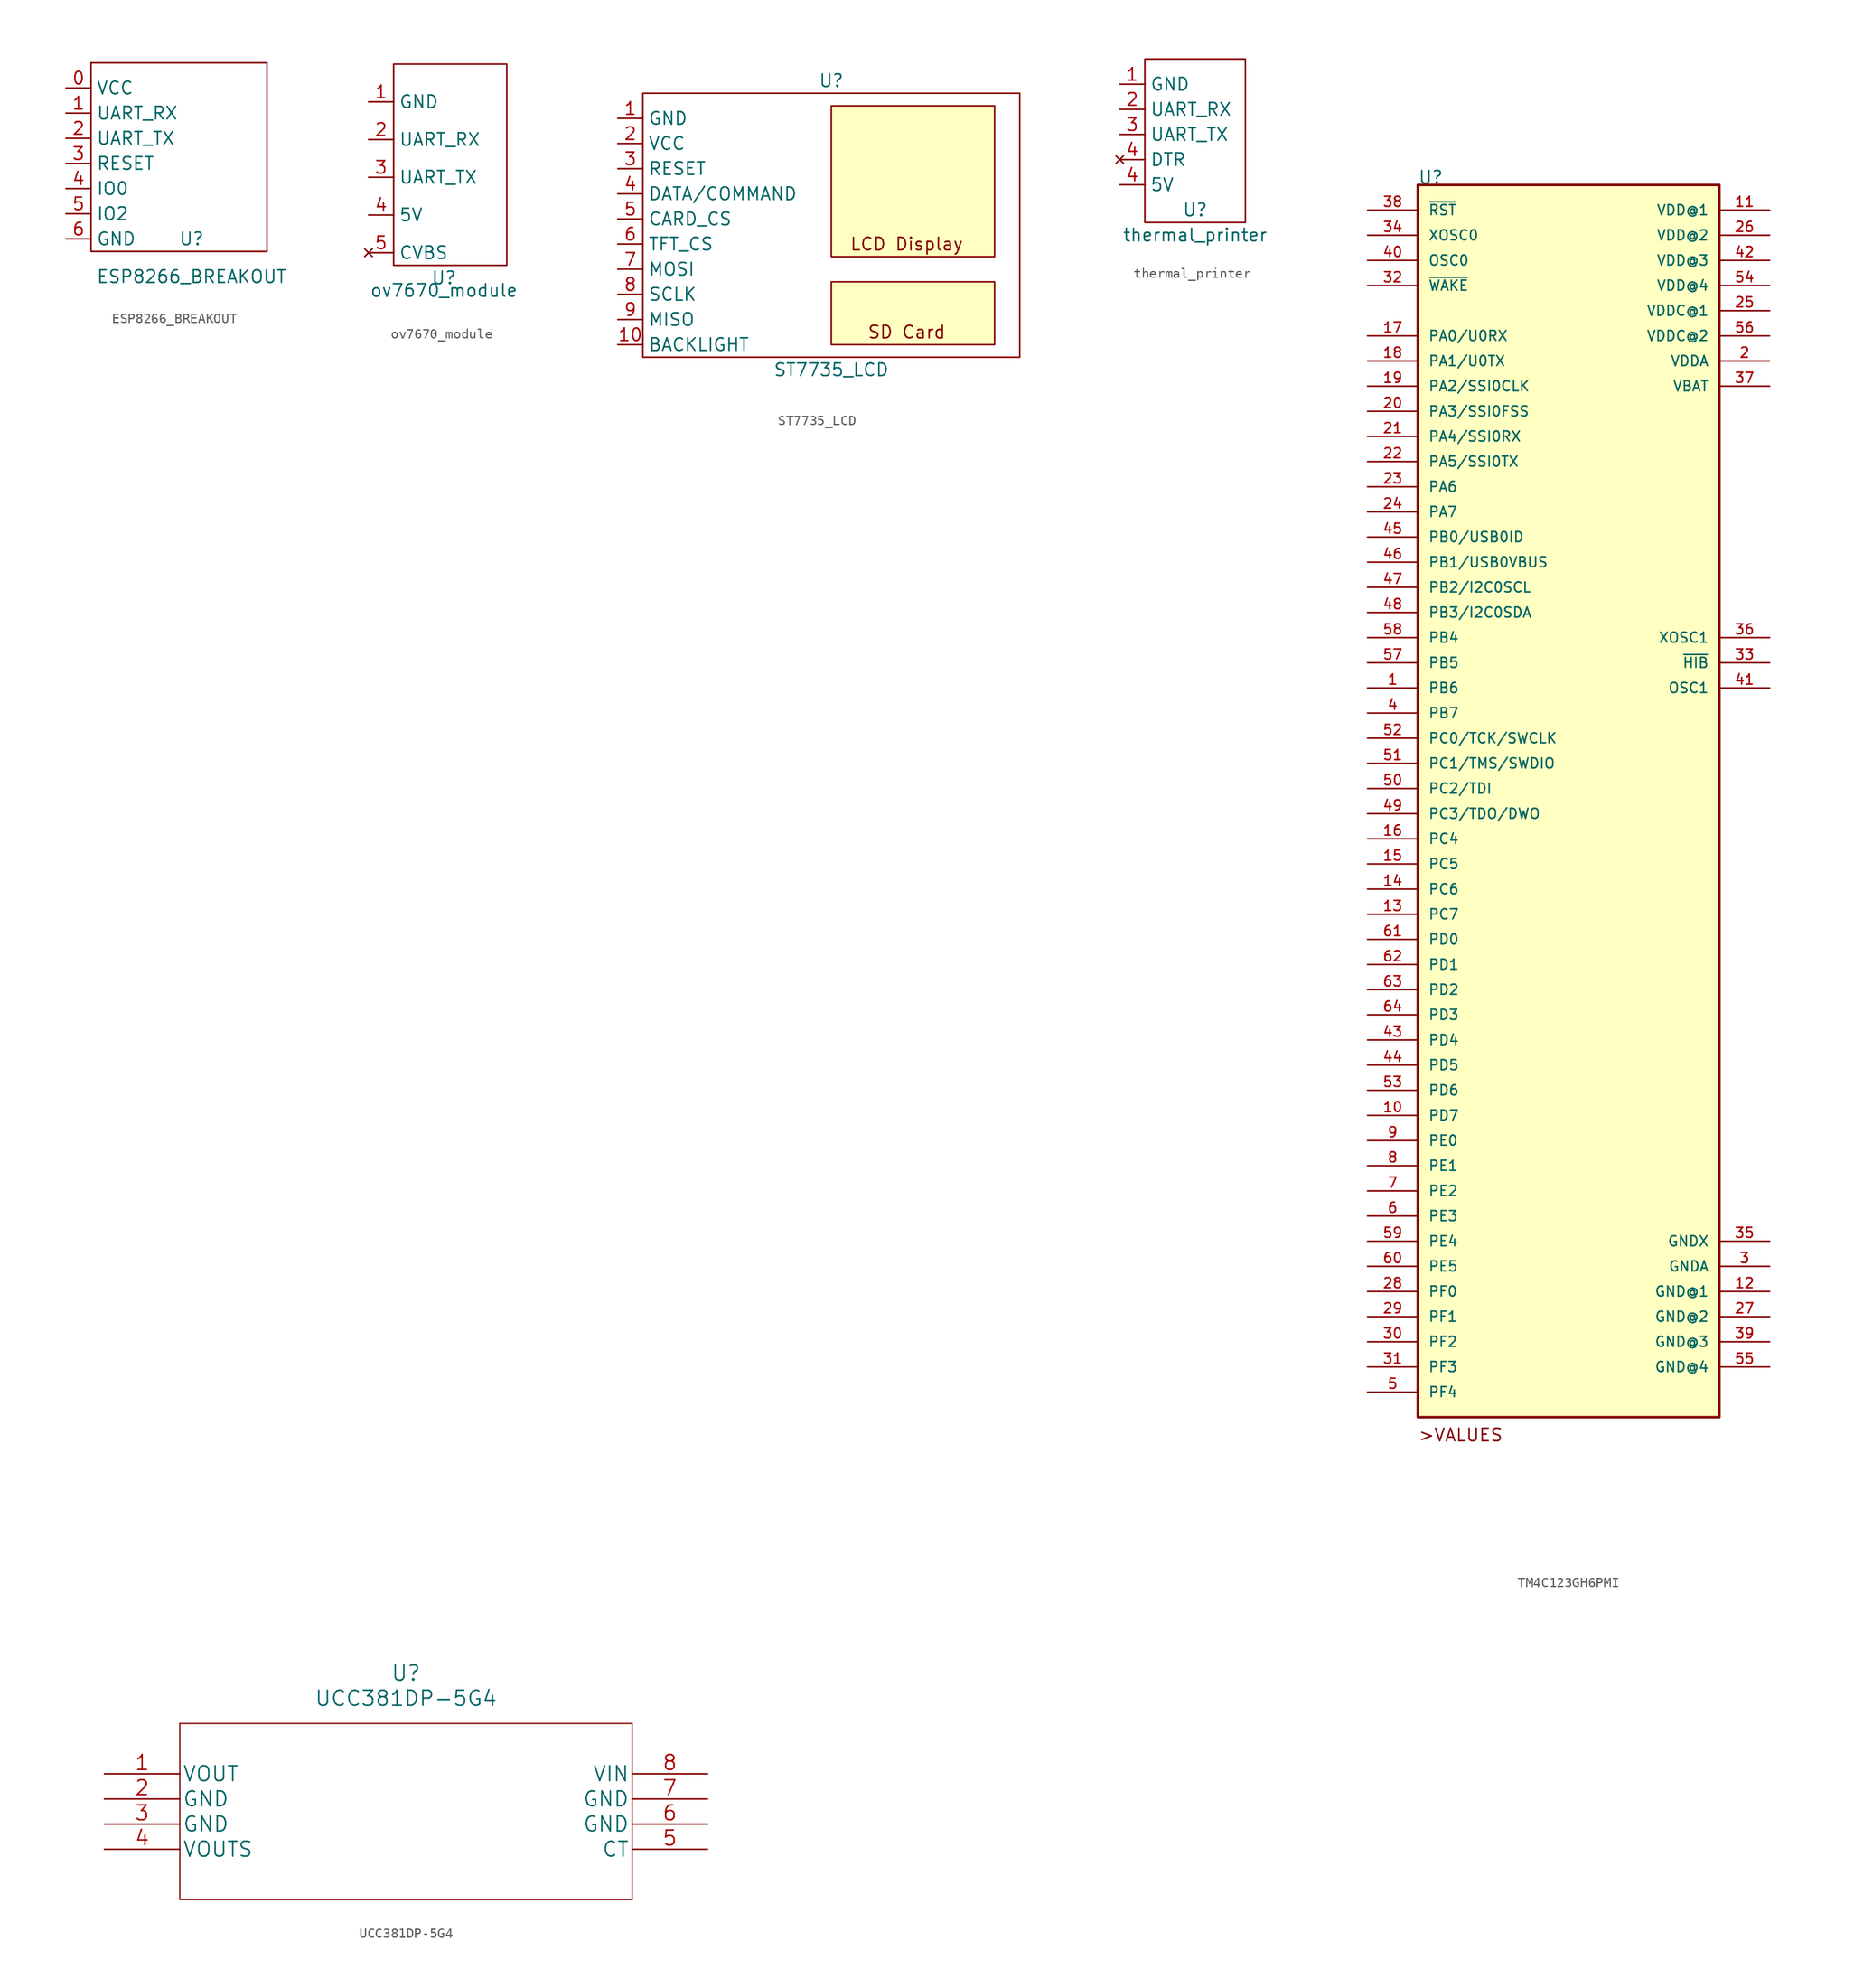
<source format=kicad_sym>
(kicad_symbol_lib
  (version 20211014)
  (generator kicad_symbol_editor)
  (symbol "ESP8266_BREAKOUT"
    (property "Reference" "U"
      (at 0 1.27 0)
      (effects (font (size 1.27 1.27))))
    (property "Value" "ESP8266_BREAKOUT"
      (at 0 -2.54 0)
      (effects (font (size 1.27 1.27))))
    (symbol "ESP8266_BREAKOUT_0_1"
      (rectangle (start -10.16 19.05) (end 7.62 0) (stroke (width 0.152) (type default) (color 0 0 0 0)) (fill (type none))))
    (symbol "ESP8266_BREAKOUT_1_1"
      (pin power_in line (at -12.7 16.51 0) (length 2.54) (name "VCC" (effects (font (size 1.27 1.27)))) (number "0" (effects (font (size 1.27 1.27)))))
      (pin input line (at -12.7 13.97 0) (length 2.54) (name "UART_RX" (effects (font (size 1.27 1.27)))) (number "1" (effects (font (size 1.27 1.27)))))
      (pin output line (at -12.7 11.43 0) (length 2.54) (name "UART_TX" (effects (font (size 1.27 1.27)))) (number "2" (effects (font (size 1.27 1.27)))))
      (pin input line (at -12.7 8.89 0) (length 2.54) (name "RESET" (effects (font (size 1.27 1.27)))) (number "3" (effects (font (size 1.27 1.27)))))
      (pin input line (at -12.7 6.35 0) (length 2.54) (name "IO0" (effects (font (size 1.27 1.27)))) (number "4" (effects (font (size 1.27 1.27)))))
      (pin input line (at -12.7 3.81 0) (length 2.54) (name "IO2" (effects (font (size 1.27 1.27)))) (number "5" (effects (font (size 1.27 1.27)))))
      (pin power_in line (at -12.7 1.27 0) (length 2.54) (name "GND" (effects (font (size 1.27 1.27)))) (number "6" (effects (font (size 1.27 1.27)))))))
  (symbol "ov7670_module"
    (property "Reference" "U"
      (at 0 -5.08 0)
      (effects (font (size 1.27 1.27))))
    (property "Value" "ov7670_module"
      (at 0 -6.35 0)
      (effects (font (size 1.27 1.27))))
    (symbol "ov7670_module_0_1"
      (rectangle (start -5.08 16.51) (end 6.35 -3.81) (stroke (width 0.152) (type default) (color 0 0 0 0)) (fill (type none))))
    (symbol "ov7670_module_1_1"
      (pin power_in line (at -7.62 12.7 0) (length 2.54) (name "GND" (effects (font (size 1.27 1.27)))) (number "1" (effects (font (size 1.27 1.27)))))
      (pin input line (at -7.62 8.89 0) (length 2.54) (name "UART_RX" (effects (font (size 1.27 1.27)))) (number "2" (effects (font (size 1.27 1.27)))))
      (pin output line (at -7.62 5.08 0) (length 2.54) (name "UART_TX" (effects (font (size 1.27 1.27)))) (number "3" (effects (font (size 1.27 1.27)))))
      (pin power_in line (at -7.62 1.27 0) (length 2.54) (name "5V" (effects (font (size 1.27 1.27)))) (number "4" (effects (font (size 1.27 1.27)))))
      (pin no_connect line (at -7.62 -2.54 0) (length 2.54) (name "CVBS" (effects (font (size 1.27 1.27)))) (number "5" (effects (font (size 1.27 1.27)))))))
  (symbol "ST7735_LCD"
    (property "Reference" "U"
      (at 0 27.94 0)
      (effects (font (size 1.27 1.27))))
    (property "Value" "ST7735_LCD"
      (at 0 -1.27 0)
      (effects (font (size 1.27 1.27))))
    (symbol "ST7735_LCD_0_0"
      (rectangle (start 0 7.62) (end 16.51 1.27) (stroke (width 0.152) (type default) (color 0 0 0 0)) (fill (type background)))
      (text "LCD Display" (at 7.62 11.43 0) (effects (font (size 1.27 1.27))))
      (text "SD Card" (at 7.62 2.54 0) (effects (font (size 1.27 1.27)))))
    (symbol "ST7735_LCD_0_1"
      (rectangle (start -19.05 26.67) (end 19.05 0) (stroke (width 0.152) (type default) (color 0 0 0 0)) (fill (type none)))
      (rectangle (start 0 25.4) (end 16.51 10.16) (stroke (width 0.152) (type default) (color 0 0 0 0)) (fill (type background))))
    (symbol "ST7735_LCD_1_1"
      (pin power_in line (at -21.59 24.13 0) (length 2.54) (name "GND" (effects (font (size 1.27 1.27)))) (number "1" (effects (font (size 1.27 1.27)))))
      (pin power_in line (at -21.59 1.27 0) (length 2.54) (name "BACKLIGHT" (effects (font (size 1.27 1.27)))) (number "10" (effects (font (size 1.27 1.27)))))
      (pin power_in line (at -21.59 21.59 0) (length 2.54) (name "VCC" (effects (font (size 1.27 1.27)))) (number "2" (effects (font (size 1.27 1.27)))))
      (pin input line (at -21.59 19.05 0) (length 2.54) (name "RESET" (effects (font (size 1.27 1.27)))) (number "3" (effects (font (size 1.27 1.27)))))
      (pin input line (at -21.59 16.51 0) (length 2.54) (name "DATA/COMMAND" (effects (font (size 1.27 1.27)))) (number "4" (effects (font (size 1.27 1.27)))))
      (pin input line (at -21.59 13.97 0) (length 2.54) (name "CARD_CS" (effects (font (size 1.27 1.27)))) (number "5" (effects (font (size 1.27 1.27)))))
      (pin input line (at -21.59 11.43 0) (length 2.54) (name "TFT_CS" (effects (font (size 1.27 1.27)))) (number "6" (effects (font (size 1.27 1.27)))))
      (pin input line (at -21.59 8.89 0) (length 2.54) (name "MOSI" (effects (font (size 1.27 1.27)))) (number "7" (effects (font (size 1.27 1.27)))))
      (pin input line (at -21.59 6.35 0) (length 2.54) (name "SCLK" (effects (font (size 1.27 1.27)))) (number "8" (effects (font (size 1.27 1.27)))))
      (pin output line (at -21.59 3.81 0) (length 2.54) (name "MISO" (effects (font (size 1.27 1.27)))) (number "9" (effects (font (size 1.27 1.27)))))))
  (symbol "thermal_printer"
    (property "Reference" "U"
      (at 0 1.27 0)
      (effects (font (size 1.27 1.27))))
    (property "Value" "thermal_printer"
      (at 0 -1.27 0)
      (effects (font (size 1.27 1.27))))
    (symbol "thermal_printer_0_1"
      (rectangle (start -5.08 16.51) (end 5.08 0) (stroke (width 0.152) (type default) (color 0 0 0 0)) (fill (type none))))
    (symbol "thermal_printer_1_1"
      (pin power_in line (at -7.62 13.97 0) (length 2.54) (name "GND" (effects (font (size 1.27 1.27)))) (number "1" (effects (font (size 1.27 1.27)))))
      (pin input line (at -7.62 11.43 0) (length 2.54) (name "UART_RX" (effects (font (size 1.27 1.27)))) (number "2" (effects (font (size 1.27 1.27)))))
      (pin output line (at -7.62 8.89 0) (length 2.54) (name "UART_TX" (effects (font (size 1.27 1.27)))) (number "3" (effects (font (size 1.27 1.27)))))
      (pin power_in line (at -7.62 3.81 0) (length 2.54) (name "5V" (effects (font (size 1.27 1.27)))) (number "4" (effects (font (size 1.27 1.27)))))
      (pin no_connect line (at -7.62 6.35 0) (length 2.54) (name "DTR" (effects (font (size 1.27 1.27)))) (number "4" (effects (font (size 1.27 1.27)))))))
  (symbol "TM4C123GH6PMI"
    (pin_names
      (offset 1.016))
    (property "Reference" "U"
      (at -15.24 60.985 0)
      (effects (font (size 1.27 1.27)) (justify left bottom)))
    (property "ki_locked" ""
      (at 0 0 0)
      (effects (font (size 1.27 1.27))))
    (symbol "TM4C123GH6PMI_0_0"
      (rectangle (start -15.24 -63.5) (end 15.24 60.96) (stroke (width 0.254) (type default) (color 0 0 0 0)) (fill (type background)))
      (text ">VALUES" (at -15.24 -66.04 0) (effects (font (size 1.27 1.27)) (justify left bottom)))
      (pin bidirectional line (at -20.32 10.16 0) (length 5.08) (name "PB6" (effects (font (size 1.016 1.016)))) (number "1" (effects (font (size 1.016 1.016)))))
      (pin bidirectional line (at -20.32 -33.02 0) (length 5.08) (name "PD7" (effects (font (size 1.016 1.016)))) (number "10" (effects (font (size 1.016 1.016)))))
      (pin power_in line (at 20.32 58.42 180) (length 5.08) (name "VDD@1" (effects (font (size 1.016 1.016)))) (number "11" (effects (font (size 1.016 1.016)))))
      (pin power_in line (at 20.32 -50.8 180) (length 5.08) (name "GND@1" (effects (font (size 1.016 1.016)))) (number "12" (effects (font (size 1.016 1.016)))))
      (pin bidirectional line (at -20.32 -12.7 0) (length 5.08) (name "PC7" (effects (font (size 1.016 1.016)))) (number "13" (effects (font (size 1.016 1.016)))))
      (pin bidirectional line (at -20.32 -10.16 0) (length 5.08) (name "PC6" (effects (font (size 1.016 1.016)))) (number "14" (effects (font (size 1.016 1.016)))))
      (pin bidirectional line (at -20.32 -7.62 0) (length 5.08) (name "PC5" (effects (font (size 1.016 1.016)))) (number "15" (effects (font (size 1.016 1.016)))))
      (pin bidirectional line (at -20.32 -5.08 0) (length 5.08) (name "PC4" (effects (font (size 1.016 1.016)))) (number "16" (effects (font (size 1.016 1.016)))))
      (pin bidirectional line (at -20.32 45.72 0) (length 5.08) (name "PA0/U0RX" (effects (font (size 1.016 1.016)))) (number "17" (effects (font (size 1.016 1.016)))))
      (pin bidirectional line (at -20.32 43.18 0) (length 5.08) (name "PA1/U0TX" (effects (font (size 1.016 1.016)))) (number "18" (effects (font (size 1.016 1.016)))))
      (pin bidirectional line (at -20.32 40.64 0) (length 5.08) (name "PA2/SSI0CLK" (effects (font (size 1.016 1.016)))) (number "19" (effects (font (size 1.016 1.016)))))
      (pin power_in line (at 20.32 43.18 180) (length 5.08) (name "VDDA" (effects (font (size 1.016 1.016)))) (number "2" (effects (font (size 1.016 1.016)))))
      (pin bidirectional line (at -20.32 38.1 0) (length 5.08) (name "PA3/SSI0FSS" (effects (font (size 1.016 1.016)))) (number "20" (effects (font (size 1.016 1.016)))))
      (pin bidirectional line (at -20.32 35.56 0) (length 5.08) (name "PA4/SSI0RX" (effects (font (size 1.016 1.016)))) (number "21" (effects (font (size 1.016 1.016)))))
      (pin bidirectional line (at -20.32 33.02 0) (length 5.08) (name "PA5/SSI0TX" (effects (font (size 1.016 1.016)))) (number "22" (effects (font (size 1.016 1.016)))))
      (pin bidirectional line (at -20.32 30.48 0) (length 5.08) (name "PA6" (effects (font (size 1.016 1.016)))) (number "23" (effects (font (size 1.016 1.016)))))
      (pin bidirectional line (at -20.32 27.94 0) (length 5.08) (name "PA7" (effects (font (size 1.016 1.016)))) (number "24" (effects (font (size 1.016 1.016)))))
      (pin power_in line (at 20.32 48.26 180) (length 5.08) (name "VDDC@1" (effects (font (size 1.016 1.016)))) (number "25" (effects (font (size 1.016 1.016)))))
      (pin power_in line (at 20.32 55.88 180) (length 5.08) (name "VDD@2" (effects (font (size 1.016 1.016)))) (number "26" (effects (font (size 1.016 1.016)))))
      (pin power_in line (at 20.32 -53.34 180) (length 5.08) (name "GND@2" (effects (font (size 1.016 1.016)))) (number "27" (effects (font (size 1.016 1.016)))))
      (pin bidirectional line (at -20.32 -50.8 0) (length 5.08) (name "PF0" (effects (font (size 1.016 1.016)))) (number "28" (effects (font (size 1.016 1.016)))))
      (pin bidirectional line (at -20.32 -53.34 0) (length 5.08) (name "PF1" (effects (font (size 1.016 1.016)))) (number "29" (effects (font (size 1.016 1.016)))))
      (pin power_in line (at 20.32 -48.26 180) (length 5.08) (name "GNDA" (effects (font (size 1.016 1.016)))) (number "3" (effects (font (size 1.016 1.016)))))
      (pin bidirectional line (at -20.32 -55.88 0) (length 5.08) (name "PF2" (effects (font (size 1.016 1.016)))) (number "30" (effects (font (size 1.016 1.016)))))
      (pin bidirectional line (at -20.32 -58.42 0) (length 5.08) (name "PF3" (effects (font (size 1.016 1.016)))) (number "31" (effects (font (size 1.016 1.016)))))
      (pin input line (at -20.32 50.8 0) (length 5.08) (name "~{WAKE}" (effects (font (size 1.016 1.016)))) (number "32" (effects (font (size 1.016 1.016)))))
      (pin output line (at 20.32 12.7 180) (length 5.08) (name "~{HIB}" (effects (font (size 1.016 1.016)))) (number "33" (effects (font (size 1.016 1.016)))))
      (pin input line (at -20.32 55.88 0) (length 5.08) (name "XOSC0" (effects (font (size 1.016 1.016)))) (number "34" (effects (font (size 1.016 1.016)))))
      (pin power_in line (at 20.32 -45.72 180) (length 5.08) (name "GNDX" (effects (font (size 1.016 1.016)))) (number "35" (effects (font (size 1.016 1.016)))))
      (pin output line (at 20.32 15.24 180) (length 5.08) (name "XOSC1" (effects (font (size 1.016 1.016)))) (number "36" (effects (font (size 1.016 1.016)))))
      (pin power_in line (at 20.32 40.64 180) (length 5.08) (name "VBAT" (effects (font (size 1.016 1.016)))) (number "37" (effects (font (size 1.016 1.016)))))
      (pin input line (at -20.32 58.42 0) (length 5.08) (name "~{RST}" (effects (font (size 1.016 1.016)))) (number "38" (effects (font (size 1.016 1.016)))))
      (pin power_in line (at 20.32 -55.88 180) (length 5.08) (name "GND@3" (effects (font (size 1.016 1.016)))) (number "39" (effects (font (size 1.016 1.016)))))
      (pin bidirectional line (at -20.32 7.62 0) (length 5.08) (name "PB7" (effects (font (size 1.016 1.016)))) (number "4" (effects (font (size 1.016 1.016)))))
      (pin input line (at -20.32 53.34 0) (length 5.08) (name "OSC0" (effects (font (size 1.016 1.016)))) (number "40" (effects (font (size 1.016 1.016)))))
      (pin output line (at 20.32 10.16 180) (length 5.08) (name "OSC1" (effects (font (size 1.016 1.016)))) (number "41" (effects (font (size 1.016 1.016)))))
      (pin power_in line (at 20.32 53.34 180) (length 5.08) (name "VDD@3" (effects (font (size 1.016 1.016)))) (number "42" (effects (font (size 1.016 1.016)))))
      (pin bidirectional line (at -20.32 -25.4 0) (length 5.08) (name "PD4" (effects (font (size 1.016 1.016)))) (number "43" (effects (font (size 1.016 1.016)))))
      (pin bidirectional line (at -20.32 -27.94 0) (length 5.08) (name "PD5" (effects (font (size 1.016 1.016)))) (number "44" (effects (font (size 1.016 1.016)))))
      (pin bidirectional line (at -20.32 25.4 0) (length 5.08) (name "PB0/USB0ID" (effects (font (size 1.016 1.016)))) (number "45" (effects (font (size 1.016 1.016)))))
      (pin bidirectional line (at -20.32 22.86 0) (length 5.08) (name "PB1/USB0VBUS" (effects (font (size 1.016 1.016)))) (number "46" (effects (font (size 1.016 1.016)))))
      (pin bidirectional line (at -20.32 20.32 0) (length 5.08) (name "PB2/I2C0SCL" (effects (font (size 1.016 1.016)))) (number "47" (effects (font (size 1.016 1.016)))))
      (pin bidirectional line (at -20.32 17.78 0) (length 5.08) (name "PB3/I2C0SDA" (effects (font (size 1.016 1.016)))) (number "48" (effects (font (size 1.016 1.016)))))
      (pin bidirectional line (at -20.32 -2.54 0) (length 5.08) (name "PC3/TDO/DWO" (effects (font (size 1.016 1.016)))) (number "49" (effects (font (size 1.016 1.016)))))
      (pin bidirectional line (at -20.32 -60.96 0) (length 5.08) (name "PF4" (effects (font (size 1.016 1.016)))) (number "5" (effects (font (size 1.016 1.016)))))
      (pin bidirectional line (at -20.32 0 0) (length 5.08) (name "PC2/TDI" (effects (font (size 1.016 1.016)))) (number "50" (effects (font (size 1.016 1.016)))))
      (pin bidirectional line (at -20.32 2.54 0) (length 5.08) (name "PC1/TMS/SWDIO" (effects (font (size 1.016 1.016)))) (number "51" (effects (font (size 1.016 1.016)))))
      (pin bidirectional line (at -20.32 5.08 0) (length 5.08) (name "PC0/TCK/SWCLK" (effects (font (size 1.016 1.016)))) (number "52" (effects (font (size 1.016 1.016)))))
      (pin bidirectional line (at -20.32 -30.48 0) (length 5.08) (name "PD6" (effects (font (size 1.016 1.016)))) (number "53" (effects (font (size 1.016 1.016)))))
      (pin power_in line (at 20.32 50.8 180) (length 5.08) (name "VDD@4" (effects (font (size 1.016 1.016)))) (number "54" (effects (font (size 1.016 1.016)))))
      (pin power_in line (at 20.32 -58.42 180) (length 5.08) (name "GND@4" (effects (font (size 1.016 1.016)))) (number "55" (effects (font (size 1.016 1.016)))))
      (pin power_in line (at 20.32 45.72 180) (length 5.08) (name "VDDC@2" (effects (font (size 1.016 1.016)))) (number "56" (effects (font (size 1.016 1.016)))))
      (pin bidirectional line (at -20.32 12.7 0) (length 5.08) (name "PB5" (effects (font (size 1.016 1.016)))) (number "57" (effects (font (size 1.016 1.016)))))
      (pin bidirectional line (at -20.32 15.24 0) (length 5.08) (name "PB4" (effects (font (size 1.016 1.016)))) (number "58" (effects (font (size 1.016 1.016)))))
      (pin bidirectional line (at -20.32 -45.72 0) (length 5.08) (name "PE4" (effects (font (size 1.016 1.016)))) (number "59" (effects (font (size 1.016 1.016)))))
      (pin bidirectional line (at -20.32 -43.18 0) (length 5.08) (name "PE3" (effects (font (size 1.016 1.016)))) (number "6" (effects (font (size 1.016 1.016)))))
      (pin bidirectional line (at -20.32 -48.26 0) (length 5.08) (name "PE5" (effects (font (size 1.016 1.016)))) (number "60" (effects (font (size 1.016 1.016)))))
      (pin bidirectional line (at -20.32 -15.24 0) (length 5.08) (name "PD0" (effects (font (size 1.016 1.016)))) (number "61" (effects (font (size 1.016 1.016)))))
      (pin bidirectional line (at -20.32 -17.78 0) (length 5.08) (name "PD1" (effects (font (size 1.016 1.016)))) (number "62" (effects (font (size 1.016 1.016)))))
      (pin bidirectional line (at -20.32 -20.32 0) (length 5.08) (name "PD2" (effects (font (size 1.016 1.016)))) (number "63" (effects (font (size 1.016 1.016)))))
      (pin bidirectional line (at -20.32 -22.86 0) (length 5.08) (name "PD3" (effects (font (size 1.016 1.016)))) (number "64" (effects (font (size 1.016 1.016)))))
      (pin bidirectional line (at -20.32 -40.64 0) (length 5.08) (name "PE2" (effects (font (size 1.016 1.016)))) (number "7" (effects (font (size 1.016 1.016)))))
      (pin bidirectional line (at -20.32 -38.1 0) (length 5.08) (name "PE1" (effects (font (size 1.016 1.016)))) (number "8" (effects (font (size 1.016 1.016)))))
      (pin bidirectional line (at -20.32 -35.56 0) (length 5.08) (name "PE0" (effects (font (size 1.016 1.016)))) (number "9" (effects (font (size 1.016 1.016)))))))
  (symbol "UCC381DP-5G4"
    (pin_names
      (offset 0.254))
    (property "Reference" "U"
      (at 30.48 10.16 0)
      (effects (font (size 1.524 1.524))))
    (property "Value" "UCC381DP-5G4"
      (at 30.48 7.62 0)
      (effects (font (size 1.524 1.524))))
    (property "Datasheet" ""
      (at 0 0 0)
      (effects (font (size 1.524 1.524))))
    (property "ki_locked" ""
      (at 0 0 0)
      (effects (font (size 1.27 1.27))))
    (symbol "UCC381DP-5G4_1_1"
      (polyline (pts (xy 7.62 -12.7) (xy 53.34 -12.7)) (stroke (width 0.127) (type default) (color 0 0 0 0)) (fill (type none)))
      (polyline (pts (xy 7.62 5.08) (xy 7.62 -12.7)) (stroke (width 0.127) (type default) (color 0 0 0 0)) (fill (type none)))
      (polyline (pts (xy 53.34 -12.7) (xy 53.34 5.08)) (stroke (width 0.127) (type default) (color 0 0 0 0)) (fill (type none)))
      (polyline (pts (xy 53.34 5.08) (xy 7.62 5.08)) (stroke (width 0.127) (type default) (color 0 0 0 0)) (fill (type none)))
      (pin output line (at 0 0 0) (length 7.62) (name "VOUT" (effects (font (size 1.499 1.499)))) (number "1" (effects (font (size 1.499 1.499)))))
      (pin power_in line (at 0 -2.54 0) (length 7.62) (name "GND" (effects (font (size 1.499 1.499)))) (number "2" (effects (font (size 1.499 1.499)))))
      (pin power_in line (at 0 -5.08 0) (length 7.62) (name "GND" (effects (font (size 1.499 1.499)))) (number "3" (effects (font (size 1.499 1.499)))))
      (pin output line (at 0 -7.62 0) (length 7.62) (name "VOUTS" (effects (font (size 1.499 1.499)))) (number "4" (effects (font (size 1.499 1.499)))))
      (pin unspecified line (at 60.96 -7.62 180) (length 7.62) (name "CT" (effects (font (size 1.499 1.499)))) (number "5" (effects (font (size 1.499 1.499)))))
      (pin power_in line (at 60.96 -5.08 180) (length 7.62) (name "GND" (effects (font (size 1.499 1.499)))) (number "6" (effects (font (size 1.499 1.499)))))
      (pin power_in line (at 60.96 -2.54 180) (length 7.62) (name "GND" (effects (font (size 1.499 1.499)))) (number "7" (effects (font (size 1.499 1.499)))))
      (pin input line (at 60.96 0 180) (length 7.62) (name "VIN" (effects (font (size 1.499 1.499)))) (number "8" (effects (font (size 1.499 1.499))))))))
</source>
